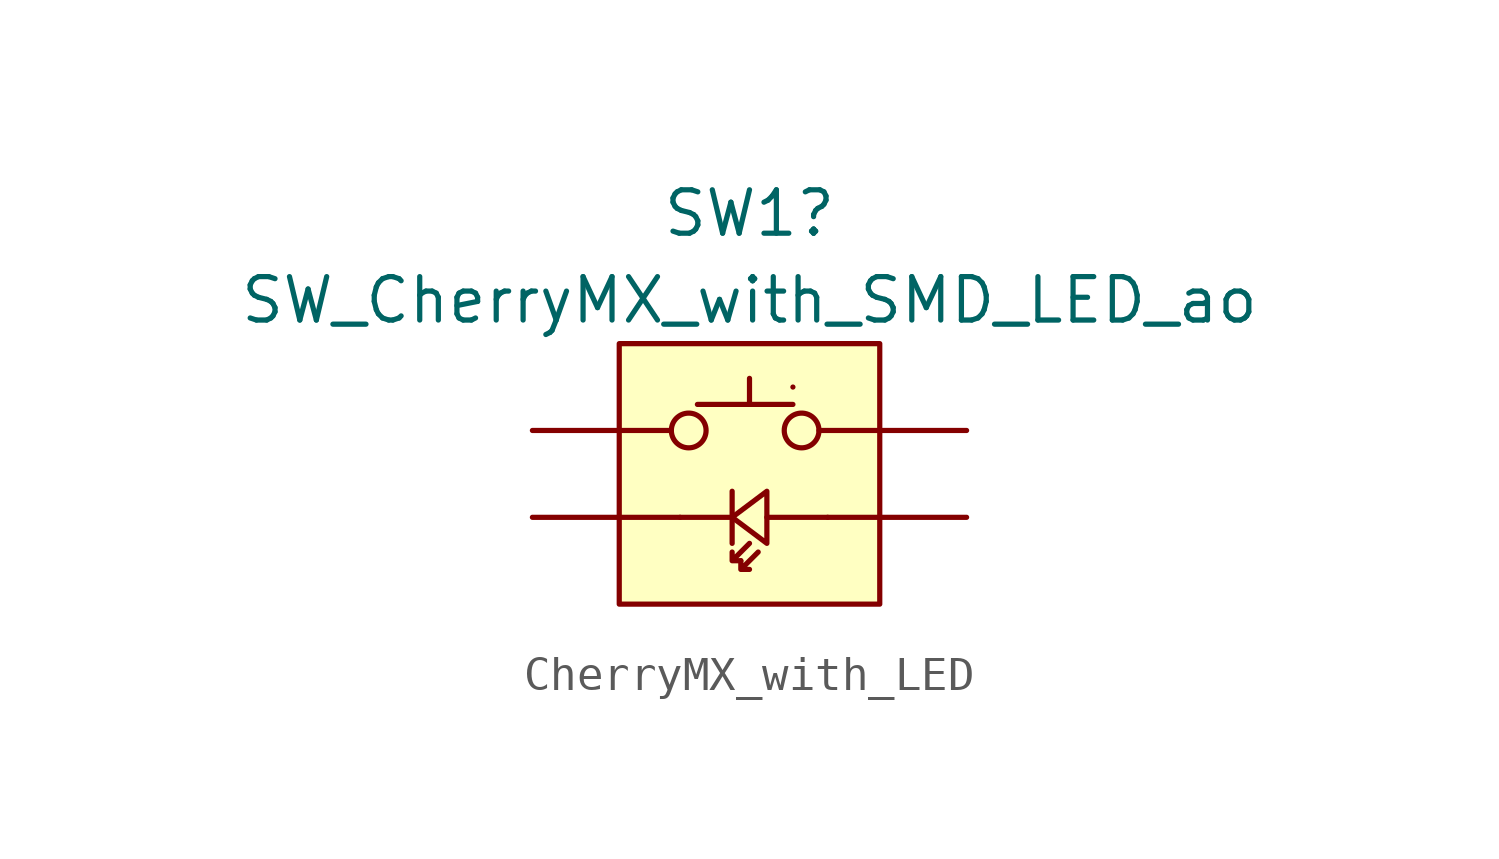
<source format=kicad_sym>
(kicad_symbol_lib
  (version 20231120)
  (generator "kicad_symbol_editor")
  (generator_version "8.0")
  (symbol "CherryMX_with_LED"
    (pin_numbers hide)
    (pin_names
      (offset 1.016) hide)
    (property "Reference" "SW1"
      (at 3.81 11.43 0)
      (effects (font (size 1.27 1.27))))
    (property "Value" "SW_CherryMX_with_SMD_LED_ao"
      (at 3.81 8.89 0)
      (effects (font (size 1.27 1.27))))
    (symbol "CherryMX_with_LED_0_1"
      (polyline (pts (xy 0 5.08) (xy 1.524 5.08)) (stroke (width 0) (type default)) (fill (type none)))
      (polyline (pts (xy 1.778 2.54) (xy 0 2.54)) (stroke (width 0) (type default)) (fill (type none)))
      (polyline (pts (xy 3.302 1.778) (xy 3.302 3.302)) (stroke (width 0) (type default)) (fill (type none)))
      (polyline (pts (xy 3.302 2.54) (xy 1.778 2.54)) (stroke (width 0) (type default)) (fill (type none)))
      (polyline (pts (xy 4.318 2.54) (xy 6.096 2.54)) (stroke (width 0) (type default)) (fill (type none)))
      (polyline (pts (xy 6.096 2.54) (xy 7.62 2.54)) (stroke (width 0) (type default)) (fill (type none)))
      (polyline (pts (xy 7.62 5.08) (xy 5.842 5.08)) (stroke (width 0) (type default)) (fill (type none)))
      (polyline (pts (xy 2.286 5.842) (xy 5.08 5.842) (xy 3.81 5.842) (xy 3.81 6.604)) (stroke (width 0) (type default)) (fill (type none)))
      (polyline (pts (xy 3.302 2.54) (xy 4.318 3.302) (xy 4.318 1.778) (xy 3.302 2.54)) (stroke (width 0) (type default)) (fill (type none)))
      (polyline (pts (xy 3.81 1.778) (xy 3.302 1.27) (xy 3.556 1.27) (xy 3.302 1.27) (xy 3.302 1.524)) (stroke (width 0) (type default)) (fill (type none)))
      (polyline (pts (xy 4.064 1.524) (xy 3.556 1.016) (xy 3.81 1.016) (xy 3.556 1.016) (xy 3.556 1.27)) (stroke (width 0) (type default)) (fill (type none)))
      (circle (center 2.032 5.08) (radius 0.508) (stroke (width 0) (type default)) (fill (type none)))
      (rectangle (start 5.08 6.35) (end 5.08 6.35) (stroke (width 0) (type default)) (fill (type none)))
      (circle (center 5.334 5.08) (radius 0.508) (stroke (width 0) (type default)) (fill (type none))))
    (symbol "CherryMX_with_LED_1_1"
      (rectangle (start 0 7.62) (end 7.62 0) (stroke (width 0) (type default)) (fill (type background)))
      (pin passive line (at -2.54 5.08 0) (length 2.54) (name "1" (effects (font (size 1.27 1.27)))) (number "1" (effects (font (size 1.27 1.27)))))
      (pin passive line (at 10.16 5.08 180) (length 2.54) (name "2" (effects (font (size 1.27 1.27)))) (number "2" (effects (font (size 1.27 1.27)))))
      (pin passive line (at -2.54 2.54 0) (length 2.54) (name "K" (effects (font (size 1.27 1.27)))) (number "3" (effects (font (size 1.27 1.27)))))
      (pin passive line (at 10.16 2.54 180) (length 2.54) (name "A" (effects (font (size 1.27 1.27)))) (number "4" (effects (font (size 1.27 1.27))))))))
</source>
